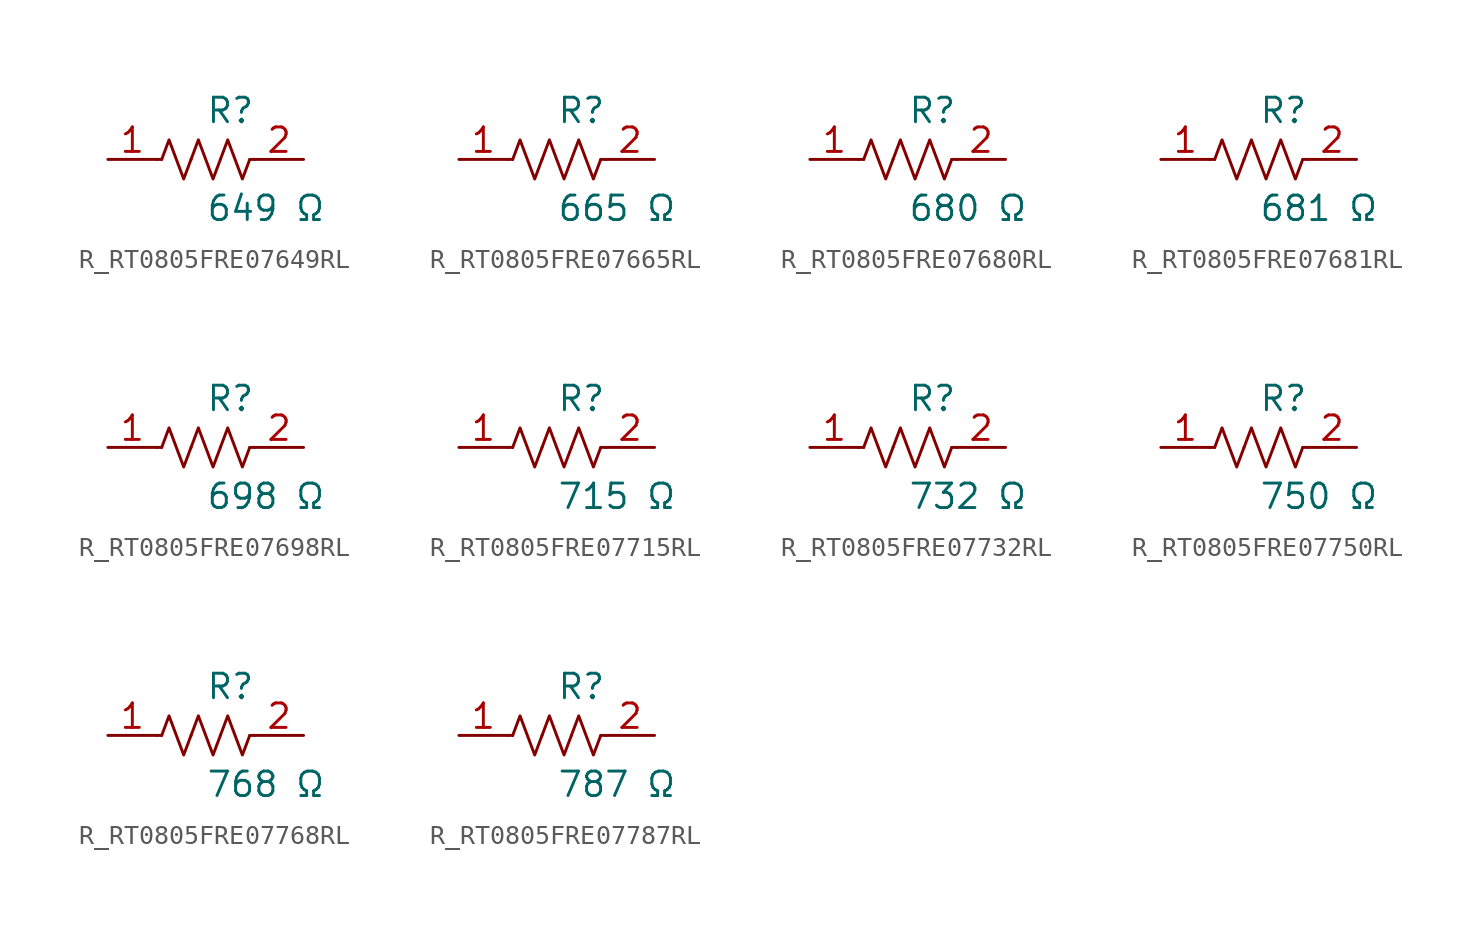
<source format=kicad_sym>
(kicad_symbol_lib
  (version 20231120)
  (generator kicad_symbol_editor)
  (generator_version 8.0)
  (symbol "R_RT0805FRE07649RL"
    (pin_names
      (offset 0.254))
    (property "Reference" "R"
      (at 0.0 2.54 0)
      (effects (font (size 1.27 1.27)) (justify left)))
    (property "Value" "649 Ω"
      (at 0.0 -2.54 0)
      (effects (font (size 1.27 1.27)) (justify left)))
    (symbol "R_RT0805FRE07649RL_0_1"
      (polyline (pts (xy 2.286 0) (xy 2.54 0)) (stroke (width 0) (type default)) (fill (type none)))
      (polyline (pts (xy -2.286 0) (xy -2.54 0)) (stroke (width 0) (type default)) (fill (type none)))
      (polyline (pts (xy 0.762 0) (xy 1.143 1.016) (xy 1.524 0) (xy 1.905 -1.016) (xy 2.286 0)) (stroke (width 0) (type default)) (fill (type none)))
      (polyline (pts (xy -0.762 0) (xy -0.381 1.016) (xy 0 0) (xy 0.381 -1.016) (xy 0.762 0)) (stroke (width 0) (type default)) (fill (type none)))
      (polyline (pts (xy -2.286 0) (xy -1.905 1.016) (xy -1.524 0) (xy -1.143 -1.016) (xy -0.762 0)) (stroke (width 0) (type default)) (fill (type none))))
    (pin unspecified line
      (at -5.08 0 0)
      (length 2.54)
      (name "" (effects (font (size 1.27 1.27))))
      (number "1" (effects (font (size 1.27 1.27)))))
    (pin unspecified line
      (at 5.08 0 180)
      (length 2.54)
      (name "" (effects (font (size 1.27 1.27))))
      (number "2" (effects (font (size 1.27 1.27))))))
  (symbol "R_RT0805FRE07665RL"
    (pin_names
      (offset 0.254))
    (property "Reference" "R"
      (at 0.0 2.54 0)
      (effects (font (size 1.27 1.27)) (justify left)))
    (property "Value" "665 Ω"
      (at 0.0 -2.54 0)
      (effects (font (size 1.27 1.27)) (justify left)))
    (symbol "R_RT0805FRE07665RL_0_1"
      (polyline (pts (xy 2.286 0) (xy 2.54 0)) (stroke (width 0) (type default)) (fill (type none)))
      (polyline (pts (xy -2.286 0) (xy -2.54 0)) (stroke (width 0) (type default)) (fill (type none)))
      (polyline (pts (xy 0.762 0) (xy 1.143 1.016) (xy 1.524 0) (xy 1.905 -1.016) (xy 2.286 0)) (stroke (width 0) (type default)) (fill (type none)))
      (polyline (pts (xy -0.762 0) (xy -0.381 1.016) (xy 0 0) (xy 0.381 -1.016) (xy 0.762 0)) (stroke (width 0) (type default)) (fill (type none)))
      (polyline (pts (xy -2.286 0) (xy -1.905 1.016) (xy -1.524 0) (xy -1.143 -1.016) (xy -0.762 0)) (stroke (width 0) (type default)) (fill (type none))))
    (pin unspecified line
      (at -5.08 0 0)
      (length 2.54)
      (name "" (effects (font (size 1.27 1.27))))
      (number "1" (effects (font (size 1.27 1.27)))))
    (pin unspecified line
      (at 5.08 0 180)
      (length 2.54)
      (name "" (effects (font (size 1.27 1.27))))
      (number "2" (effects (font (size 1.27 1.27))))))
  (symbol "R_RT0805FRE07680RL"
    (pin_names
      (offset 0.254))
    (property "Reference" "R"
      (at 0.0 2.54 0)
      (effects (font (size 1.27 1.27)) (justify left)))
    (property "Value" "680 Ω"
      (at 0.0 -2.54 0)
      (effects (font (size 1.27 1.27)) (justify left)))
    (symbol "R_RT0805FRE07680RL_0_1"
      (polyline (pts (xy 2.286 0) (xy 2.54 0)) (stroke (width 0) (type default)) (fill (type none)))
      (polyline (pts (xy -2.286 0) (xy -2.54 0)) (stroke (width 0) (type default)) (fill (type none)))
      (polyline (pts (xy 0.762 0) (xy 1.143 1.016) (xy 1.524 0) (xy 1.905 -1.016) (xy 2.286 0)) (stroke (width 0) (type default)) (fill (type none)))
      (polyline (pts (xy -0.762 0) (xy -0.381 1.016) (xy 0 0) (xy 0.381 -1.016) (xy 0.762 0)) (stroke (width 0) (type default)) (fill (type none)))
      (polyline (pts (xy -2.286 0) (xy -1.905 1.016) (xy -1.524 0) (xy -1.143 -1.016) (xy -0.762 0)) (stroke (width 0) (type default)) (fill (type none))))
    (pin unspecified line
      (at -5.08 0 0)
      (length 2.54)
      (name "" (effects (font (size 1.27 1.27))))
      (number "1" (effects (font (size 1.27 1.27)))))
    (pin unspecified line
      (at 5.08 0 180)
      (length 2.54)
      (name "" (effects (font (size 1.27 1.27))))
      (number "2" (effects (font (size 1.27 1.27))))))
  (symbol "R_RT0805FRE07681RL"
    (pin_names
      (offset 0.254))
    (property "Reference" "R"
      (at 0.0 2.54 0)
      (effects (font (size 1.27 1.27)) (justify left)))
    (property "Value" "681 Ω"
      (at 0.0 -2.54 0)
      (effects (font (size 1.27 1.27)) (justify left)))
    (symbol "R_RT0805FRE07681RL_0_1"
      (polyline (pts (xy 2.286 0) (xy 2.54 0)) (stroke (width 0) (type default)) (fill (type none)))
      (polyline (pts (xy -2.286 0) (xy -2.54 0)) (stroke (width 0) (type default)) (fill (type none)))
      (polyline (pts (xy 0.762 0) (xy 1.143 1.016) (xy 1.524 0) (xy 1.905 -1.016) (xy 2.286 0)) (stroke (width 0) (type default)) (fill (type none)))
      (polyline (pts (xy -0.762 0) (xy -0.381 1.016) (xy 0 0) (xy 0.381 -1.016) (xy 0.762 0)) (stroke (width 0) (type default)) (fill (type none)))
      (polyline (pts (xy -2.286 0) (xy -1.905 1.016) (xy -1.524 0) (xy -1.143 -1.016) (xy -0.762 0)) (stroke (width 0) (type default)) (fill (type none))))
    (pin unspecified line
      (at -5.08 0 0)
      (length 2.54)
      (name "" (effects (font (size 1.27 1.27))))
      (number "1" (effects (font (size 1.27 1.27)))))
    (pin unspecified line
      (at 5.08 0 180)
      (length 2.54)
      (name "" (effects (font (size 1.27 1.27))))
      (number "2" (effects (font (size 1.27 1.27))))))
  (symbol "R_RT0805FRE07698RL"
    (pin_names
      (offset 0.254))
    (property "Reference" "R"
      (at 0.0 2.54 0)
      (effects (font (size 1.27 1.27)) (justify left)))
    (property "Value" "698 Ω"
      (at 0.0 -2.54 0)
      (effects (font (size 1.27 1.27)) (justify left)))
    (symbol "R_RT0805FRE07698RL_0_1"
      (polyline (pts (xy 2.286 0) (xy 2.54 0)) (stroke (width 0) (type default)) (fill (type none)))
      (polyline (pts (xy -2.286 0) (xy -2.54 0)) (stroke (width 0) (type default)) (fill (type none)))
      (polyline (pts (xy 0.762 0) (xy 1.143 1.016) (xy 1.524 0) (xy 1.905 -1.016) (xy 2.286 0)) (stroke (width 0) (type default)) (fill (type none)))
      (polyline (pts (xy -0.762 0) (xy -0.381 1.016) (xy 0 0) (xy 0.381 -1.016) (xy 0.762 0)) (stroke (width 0) (type default)) (fill (type none)))
      (polyline (pts (xy -2.286 0) (xy -1.905 1.016) (xy -1.524 0) (xy -1.143 -1.016) (xy -0.762 0)) (stroke (width 0) (type default)) (fill (type none))))
    (pin unspecified line
      (at -5.08 0 0)
      (length 2.54)
      (name "" (effects (font (size 1.27 1.27))))
      (number "1" (effects (font (size 1.27 1.27)))))
    (pin unspecified line
      (at 5.08 0 180)
      (length 2.54)
      (name "" (effects (font (size 1.27 1.27))))
      (number "2" (effects (font (size 1.27 1.27))))))
  (symbol "R_RT0805FRE07715RL"
    (pin_names
      (offset 0.254))
    (property "Reference" "R"
      (at 0.0 2.54 0)
      (effects (font (size 1.27 1.27)) (justify left)))
    (property "Value" "715 Ω"
      (at 0.0 -2.54 0)
      (effects (font (size 1.27 1.27)) (justify left)))
    (symbol "R_RT0805FRE07715RL_0_1"
      (polyline (pts (xy 2.286 0) (xy 2.54 0)) (stroke (width 0) (type default)) (fill (type none)))
      (polyline (pts (xy -2.286 0) (xy -2.54 0)) (stroke (width 0) (type default)) (fill (type none)))
      (polyline (pts (xy 0.762 0) (xy 1.143 1.016) (xy 1.524 0) (xy 1.905 -1.016) (xy 2.286 0)) (stroke (width 0) (type default)) (fill (type none)))
      (polyline (pts (xy -0.762 0) (xy -0.381 1.016) (xy 0 0) (xy 0.381 -1.016) (xy 0.762 0)) (stroke (width 0) (type default)) (fill (type none)))
      (polyline (pts (xy -2.286 0) (xy -1.905 1.016) (xy -1.524 0) (xy -1.143 -1.016) (xy -0.762 0)) (stroke (width 0) (type default)) (fill (type none))))
    (pin unspecified line
      (at -5.08 0 0)
      (length 2.54)
      (name "" (effects (font (size 1.27 1.27))))
      (number "1" (effects (font (size 1.27 1.27)))))
    (pin unspecified line
      (at 5.08 0 180)
      (length 2.54)
      (name "" (effects (font (size 1.27 1.27))))
      (number "2" (effects (font (size 1.27 1.27))))))
  (symbol "R_RT0805FRE07732RL"
    (pin_names
      (offset 0.254))
    (property "Reference" "R"
      (at 0.0 2.54 0)
      (effects (font (size 1.27 1.27)) (justify left)))
    (property "Value" "732 Ω"
      (at 0.0 -2.54 0)
      (effects (font (size 1.27 1.27)) (justify left)))
    (symbol "R_RT0805FRE07732RL_0_1"
      (polyline (pts (xy 2.286 0) (xy 2.54 0)) (stroke (width 0) (type default)) (fill (type none)))
      (polyline (pts (xy -2.286 0) (xy -2.54 0)) (stroke (width 0) (type default)) (fill (type none)))
      (polyline (pts (xy 0.762 0) (xy 1.143 1.016) (xy 1.524 0) (xy 1.905 -1.016) (xy 2.286 0)) (stroke (width 0) (type default)) (fill (type none)))
      (polyline (pts (xy -0.762 0) (xy -0.381 1.016) (xy 0 0) (xy 0.381 -1.016) (xy 0.762 0)) (stroke (width 0) (type default)) (fill (type none)))
      (polyline (pts (xy -2.286 0) (xy -1.905 1.016) (xy -1.524 0) (xy -1.143 -1.016) (xy -0.762 0)) (stroke (width 0) (type default)) (fill (type none))))
    (pin unspecified line
      (at -5.08 0 0)
      (length 2.54)
      (name "" (effects (font (size 1.27 1.27))))
      (number "1" (effects (font (size 1.27 1.27)))))
    (pin unspecified line
      (at 5.08 0 180)
      (length 2.54)
      (name "" (effects (font (size 1.27 1.27))))
      (number "2" (effects (font (size 1.27 1.27))))))
  (symbol "R_RT0805FRE07750RL"
    (pin_names
      (offset 0.254))
    (property "Reference" "R"
      (at 0.0 2.54 0)
      (effects (font (size 1.27 1.27)) (justify left)))
    (property "Value" "750 Ω"
      (at 0.0 -2.54 0)
      (effects (font (size 1.27 1.27)) (justify left)))
    (symbol "R_RT0805FRE07750RL_0_1"
      (polyline (pts (xy 2.286 0) (xy 2.54 0)) (stroke (width 0) (type default)) (fill (type none)))
      (polyline (pts (xy -2.286 0) (xy -2.54 0)) (stroke (width 0) (type default)) (fill (type none)))
      (polyline (pts (xy 0.762 0) (xy 1.143 1.016) (xy 1.524 0) (xy 1.905 -1.016) (xy 2.286 0)) (stroke (width 0) (type default)) (fill (type none)))
      (polyline (pts (xy -0.762 0) (xy -0.381 1.016) (xy 0 0) (xy 0.381 -1.016) (xy 0.762 0)) (stroke (width 0) (type default)) (fill (type none)))
      (polyline (pts (xy -2.286 0) (xy -1.905 1.016) (xy -1.524 0) (xy -1.143 -1.016) (xy -0.762 0)) (stroke (width 0) (type default)) (fill (type none))))
    (pin unspecified line
      (at -5.08 0 0)
      (length 2.54)
      (name "" (effects (font (size 1.27 1.27))))
      (number "1" (effects (font (size 1.27 1.27)))))
    (pin unspecified line
      (at 5.08 0 180)
      (length 2.54)
      (name "" (effects (font (size 1.27 1.27))))
      (number "2" (effects (font (size 1.27 1.27))))))
  (symbol "R_RT0805FRE07768RL"
    (pin_names
      (offset 0.254))
    (property "Reference" "R"
      (at 0.0 2.54 0)
      (effects (font (size 1.27 1.27)) (justify left)))
    (property "Value" "768 Ω"
      (at 0.0 -2.54 0)
      (effects (font (size 1.27 1.27)) (justify left)))
    (symbol "R_RT0805FRE07768RL_0_1"
      (polyline (pts (xy 2.286 0) (xy 2.54 0)) (stroke (width 0) (type default)) (fill (type none)))
      (polyline (pts (xy -2.286 0) (xy -2.54 0)) (stroke (width 0) (type default)) (fill (type none)))
      (polyline (pts (xy 0.762 0) (xy 1.143 1.016) (xy 1.524 0) (xy 1.905 -1.016) (xy 2.286 0)) (stroke (width 0) (type default)) (fill (type none)))
      (polyline (pts (xy -0.762 0) (xy -0.381 1.016) (xy 0 0) (xy 0.381 -1.016) (xy 0.762 0)) (stroke (width 0) (type default)) (fill (type none)))
      (polyline (pts (xy -2.286 0) (xy -1.905 1.016) (xy -1.524 0) (xy -1.143 -1.016) (xy -0.762 0)) (stroke (width 0) (type default)) (fill (type none))))
    (pin unspecified line
      (at -5.08 0 0)
      (length 2.54)
      (name "" (effects (font (size 1.27 1.27))))
      (number "1" (effects (font (size 1.27 1.27)))))
    (pin unspecified line
      (at 5.08 0 180)
      (length 2.54)
      (name "" (effects (font (size 1.27 1.27))))
      (number "2" (effects (font (size 1.27 1.27))))))
  (symbol "R_RT0805FRE07787RL"
    (pin_names
      (offset 0.254))
    (property "Reference" "R"
      (at 0.0 2.54 0)
      (effects (font (size 1.27 1.27)) (justify left)))
    (property "Value" "787 Ω"
      (at 0.0 -2.54 0)
      (effects (font (size 1.27 1.27)) (justify left)))
    (symbol "R_RT0805FRE07787RL_0_1"
      (polyline (pts (xy 2.286 0) (xy 2.54 0)) (stroke (width 0) (type default)) (fill (type none)))
      (polyline (pts (xy -2.286 0) (xy -2.54 0)) (stroke (width 0) (type default)) (fill (type none)))
      (polyline (pts (xy 0.762 0) (xy 1.143 1.016) (xy 1.524 0) (xy 1.905 -1.016) (xy 2.286 0)) (stroke (width 0) (type default)) (fill (type none)))
      (polyline (pts (xy -0.762 0) (xy -0.381 1.016) (xy 0 0) (xy 0.381 -1.016) (xy 0.762 0)) (stroke (width 0) (type default)) (fill (type none)))
      (polyline (pts (xy -2.286 0) (xy -1.905 1.016) (xy -1.524 0) (xy -1.143 -1.016) (xy -0.762 0)) (stroke (width 0) (type default)) (fill (type none))))
    (pin unspecified line
      (at -5.08 0 0)
      (length 2.54)
      (name "" (effects (font (size 1.27 1.27))))
      (number "1" (effects (font (size 1.27 1.27)))))
    (pin unspecified line
      (at 5.08 0 180)
      (length 2.54)
      (name "" (effects (font (size 1.27 1.27))))
      (number "2" (effects (font (size 1.27 1.27)))))))
</source>
